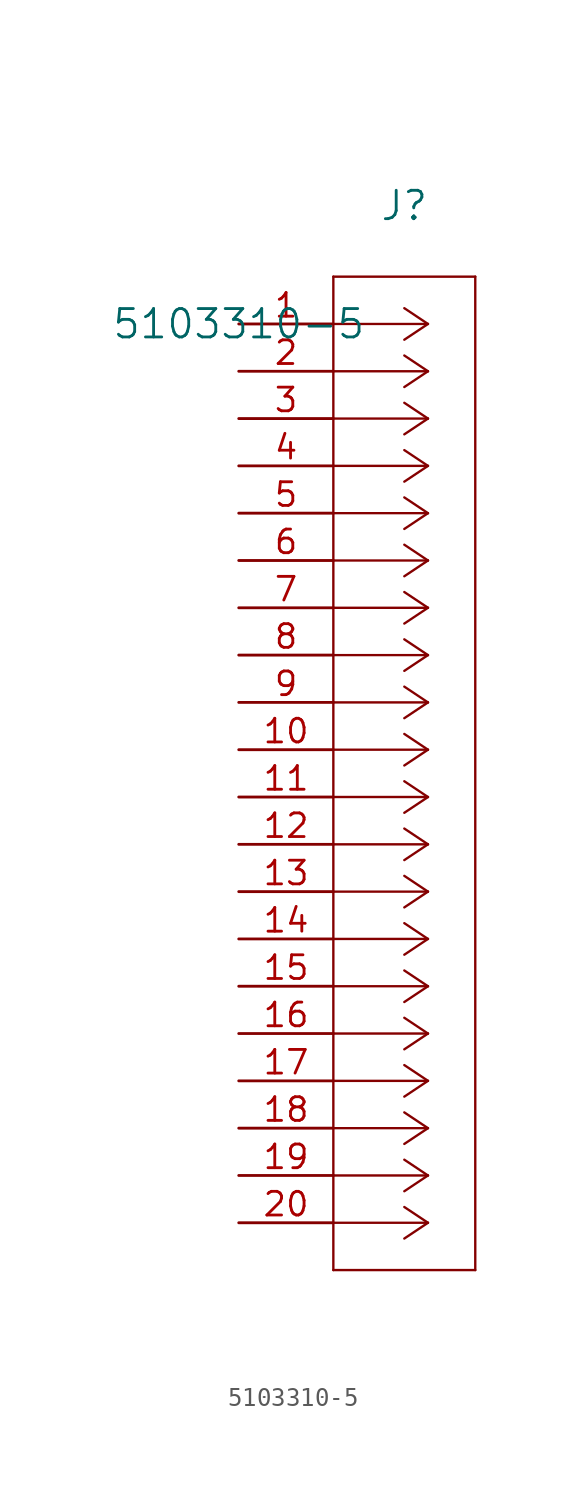
<source format=kicad_sym>
(kicad_symbol_lib
  (version 20220914)
  (generator kicad_symbol_editor)
  (symbol "5103310-5"
    (pin_names
      (offset 0.254))
    (property "Reference" "J"
      (at 8.89 6.35 0)
      (effects (font (size 1.524 1.524))))
    (property "Value" "5103310-5"
      (at 0 0 0)
      (effects (font (size 1.524 1.524))))
    (property "ki_locked" ""
      (at 0 0 0)
      (effects (font (size 1.27 1.27))))
    (symbol "5103310-5_0_1"
      (polyline (pts (xy 5.08 -50.8) (xy 12.7 -50.8)) (stroke (width 0.127) (type default)) (fill (type none)))
      (polyline (pts (xy 5.08 2.54) (xy 5.08 -50.8)) (stroke (width 0.127) (type default)) (fill (type none)))
      (polyline (pts (xy 10.16 -48.26) (xy 5.08 -48.26)) (stroke (width 0.127) (type default)) (fill (type none)))
      (polyline (pts (xy 10.16 -48.26) (xy 8.89 -49.107)) (stroke (width 0.127) (type default)) (fill (type none)))
      (polyline (pts (xy 10.16 -48.26) (xy 8.89 -47.413)) (stroke (width 0.127) (type default)) (fill (type none)))
      (polyline (pts (xy 10.16 -45.72) (xy 5.08 -45.72)) (stroke (width 0.127) (type default)) (fill (type none)))
      (polyline (pts (xy 10.16 -45.72) (xy 8.89 -46.567)) (stroke (width 0.127) (type default)) (fill (type none)))
      (polyline (pts (xy 10.16 -45.72) (xy 8.89 -44.873)) (stroke (width 0.127) (type default)) (fill (type none)))
      (polyline (pts (xy 10.16 -43.18) (xy 5.08 -43.18)) (stroke (width 0.127) (type default)) (fill (type none)))
      (polyline (pts (xy 10.16 -43.18) (xy 8.89 -44.027)) (stroke (width 0.127) (type default)) (fill (type none)))
      (polyline (pts (xy 10.16 -43.18) (xy 8.89 -42.333)) (stroke (width 0.127) (type default)) (fill (type none)))
      (polyline (pts (xy 10.16 -40.64) (xy 5.08 -40.64)) (stroke (width 0.127) (type default)) (fill (type none)))
      (polyline (pts (xy 10.16 -40.64) (xy 8.89 -41.487)) (stroke (width 0.127) (type default)) (fill (type none)))
      (polyline (pts (xy 10.16 -40.64) (xy 8.89 -39.793)) (stroke (width 0.127) (type default)) (fill (type none)))
      (polyline (pts (xy 10.16 -38.1) (xy 5.08 -38.1)) (stroke (width 0.127) (type default)) (fill (type none)))
      (polyline (pts (xy 10.16 -38.1) (xy 8.89 -38.947)) (stroke (width 0.127) (type default)) (fill (type none)))
      (polyline (pts (xy 10.16 -38.1) (xy 8.89 -37.253)) (stroke (width 0.127) (type default)) (fill (type none)))
      (polyline (pts (xy 10.16 -35.56) (xy 5.08 -35.56)) (stroke (width 0.127) (type default)) (fill (type none)))
      (polyline (pts (xy 10.16 -35.56) (xy 8.89 -36.407)) (stroke (width 0.127) (type default)) (fill (type none)))
      (polyline (pts (xy 10.16 -35.56) (xy 8.89 -34.713)) (stroke (width 0.127) (type default)) (fill (type none)))
      (polyline (pts (xy 10.16 -33.02) (xy 5.08 -33.02)) (stroke (width 0.127) (type default)) (fill (type none)))
      (polyline (pts (xy 10.16 -33.02) (xy 8.89 -33.867)) (stroke (width 0.127) (type default)) (fill (type none)))
      (polyline (pts (xy 10.16 -33.02) (xy 8.89 -32.173)) (stroke (width 0.127) (type default)) (fill (type none)))
      (polyline (pts (xy 10.16 -30.48) (xy 5.08 -30.48)) (stroke (width 0.127) (type default)) (fill (type none)))
      (polyline (pts (xy 10.16 -30.48) (xy 8.89 -31.327)) (stroke (width 0.127) (type default)) (fill (type none)))
      (polyline (pts (xy 10.16 -30.48) (xy 8.89 -29.633)) (stroke (width 0.127) (type default)) (fill (type none)))
      (polyline (pts (xy 10.16 -27.94) (xy 5.08 -27.94)) (stroke (width 0.127) (type default)) (fill (type none)))
      (polyline (pts (xy 10.16 -27.94) (xy 8.89 -28.787)) (stroke (width 0.127) (type default)) (fill (type none)))
      (polyline (pts (xy 10.16 -27.94) (xy 8.89 -27.093)) (stroke (width 0.127) (type default)) (fill (type none)))
      (polyline (pts (xy 10.16 -25.4) (xy 5.08 -25.4)) (stroke (width 0.127) (type default)) (fill (type none)))
      (polyline (pts (xy 10.16 -25.4) (xy 8.89 -26.247)) (stroke (width 0.127) (type default)) (fill (type none)))
      (polyline (pts (xy 10.16 -25.4) (xy 8.89 -24.553)) (stroke (width 0.127) (type default)) (fill (type none)))
      (polyline (pts (xy 10.16 -22.86) (xy 5.08 -22.86)) (stroke (width 0.127) (type default)) (fill (type none)))
      (polyline (pts (xy 10.16 -22.86) (xy 8.89 -23.707)) (stroke (width 0.127) (type default)) (fill (type none)))
      (polyline (pts (xy 10.16 -22.86) (xy 8.89 -22.013)) (stroke (width 0.127) (type default)) (fill (type none)))
      (polyline (pts (xy 10.16 -20.32) (xy 5.08 -20.32)) (stroke (width 0.127) (type default)) (fill (type none)))
      (polyline (pts (xy 10.16 -20.32) (xy 8.89 -21.167)) (stroke (width 0.127) (type default)) (fill (type none)))
      (polyline (pts (xy 10.16 -20.32) (xy 8.89 -19.473)) (stroke (width 0.127) (type default)) (fill (type none)))
      (polyline (pts (xy 10.16 -17.78) (xy 5.08 -17.78)) (stroke (width 0.127) (type default)) (fill (type none)))
      (polyline (pts (xy 10.16 -17.78) (xy 8.89 -18.627)) (stroke (width 0.127) (type default)) (fill (type none)))
      (polyline (pts (xy 10.16 -17.78) (xy 8.89 -16.933)) (stroke (width 0.127) (type default)) (fill (type none)))
      (polyline (pts (xy 10.16 -15.24) (xy 5.08 -15.24)) (stroke (width 0.127) (type default)) (fill (type none)))
      (polyline (pts (xy 10.16 -15.24) (xy 8.89 -16.087)) (stroke (width 0.127) (type default)) (fill (type none)))
      (polyline (pts (xy 10.16 -15.24) (xy 8.89 -14.393)) (stroke (width 0.127) (type default)) (fill (type none)))
      (polyline (pts (xy 10.16 -12.7) (xy 5.08 -12.7)) (stroke (width 0.127) (type default)) (fill (type none)))
      (polyline (pts (xy 10.16 -12.7) (xy 8.89 -13.547)) (stroke (width 0.127) (type default)) (fill (type none)))
      (polyline (pts (xy 10.16 -12.7) (xy 8.89 -11.853)) (stroke (width 0.127) (type default)) (fill (type none)))
      (polyline (pts (xy 10.16 -10.16) (xy 5.08 -10.16)) (stroke (width 0.127) (type default)) (fill (type none)))
      (polyline (pts (xy 10.16 -10.16) (xy 8.89 -11.007)) (stroke (width 0.127) (type default)) (fill (type none)))
      (polyline (pts (xy 10.16 -10.16) (xy 8.89 -9.313)) (stroke (width 0.127) (type default)) (fill (type none)))
      (polyline (pts (xy 10.16 -7.62) (xy 5.08 -7.62)) (stroke (width 0.127) (type default)) (fill (type none)))
      (polyline (pts (xy 10.16 -7.62) (xy 8.89 -8.467)) (stroke (width 0.127) (type default)) (fill (type none)))
      (polyline (pts (xy 10.16 -7.62) (xy 8.89 -6.773)) (stroke (width 0.127) (type default)) (fill (type none)))
      (polyline (pts (xy 10.16 -5.08) (xy 5.08 -5.08)) (stroke (width 0.127) (type default)) (fill (type none)))
      (polyline (pts (xy 10.16 -5.08) (xy 8.89 -5.927)) (stroke (width 0.127) (type default)) (fill (type none)))
      (polyline (pts (xy 10.16 -5.08) (xy 8.89 -4.233)) (stroke (width 0.127) (type default)) (fill (type none)))
      (polyline (pts (xy 10.16 -2.54) (xy 5.08 -2.54)) (stroke (width 0.127) (type default)) (fill (type none)))
      (polyline (pts (xy 10.16 -2.54) (xy 8.89 -3.387)) (stroke (width 0.127) (type default)) (fill (type none)))
      (polyline (pts (xy 10.16 -2.54) (xy 8.89 -1.693)) (stroke (width 0.127) (type default)) (fill (type none)))
      (polyline (pts (xy 10.16 0) (xy 5.08 0)) (stroke (width 0.127) (type default)) (fill (type none)))
      (polyline (pts (xy 10.16 0) (xy 8.89 -0.847)) (stroke (width 0.127) (type default)) (fill (type none)))
      (polyline (pts (xy 10.16 0) (xy 8.89 0.847)) (stroke (width 0.127) (type default)) (fill (type none)))
      (polyline (pts (xy 12.7 -50.8) (xy 12.7 2.54)) (stroke (width 0.127) (type default)) (fill (type none)))
      (polyline (pts (xy 12.7 2.54) (xy 5.08 2.54)) (stroke (width 0.127) (type default)) (fill (type none)))
      (pin unspecified line (at 0 0 0) (length 5.08) (name "" (effects (font (size 1.27 1.27)))) (number "1" (effects (font (size 1.27 1.27)))))
      (pin unspecified line (at 0 -22.86 0) (length 5.08) (name "" (effects (font (size 1.27 1.27)))) (number "10" (effects (font (size 1.27 1.27)))))
      (pin unspecified line (at 0 -25.4 0) (length 5.08) (name "" (effects (font (size 1.27 1.27)))) (number "11" (effects (font (size 1.27 1.27)))))
      (pin unspecified line (at 0 -27.94 0) (length 5.08) (name "" (effects (font (size 1.27 1.27)))) (number "12" (effects (font (size 1.27 1.27)))))
      (pin unspecified line (at 0 -30.48 0) (length 5.08) (name "" (effects (font (size 1.27 1.27)))) (number "13" (effects (font (size 1.27 1.27)))))
      (pin unspecified line (at 0 -33.02 0) (length 5.08) (name "" (effects (font (size 1.27 1.27)))) (number "14" (effects (font (size 1.27 1.27)))))
      (pin unspecified line (at 0 -35.56 0) (length 5.08) (name "" (effects (font (size 1.27 1.27)))) (number "15" (effects (font (size 1.27 1.27)))))
      (pin unspecified line (at 0 -38.1 0) (length 5.08) (name "" (effects (font (size 1.27 1.27)))) (number "16" (effects (font (size 1.27 1.27)))))
      (pin unspecified line (at 0 -40.64 0) (length 5.08) (name "" (effects (font (size 1.27 1.27)))) (number "17" (effects (font (size 1.27 1.27)))))
      (pin unspecified line (at 0 -43.18 0) (length 5.08) (name "" (effects (font (size 1.27 1.27)))) (number "18" (effects (font (size 1.27 1.27)))))
      (pin unspecified line (at 0 -45.72 0) (length 5.08) (name "" (effects (font (size 1.27 1.27)))) (number "19" (effects (font (size 1.27 1.27)))))
      (pin unspecified line (at 0 -2.54 0) (length 5.08) (name "" (effects (font (size 1.27 1.27)))) (number "2" (effects (font (size 1.27 1.27)))))
      (pin unspecified line (at 0 -48.26 0) (length 5.08) (name "" (effects (font (size 1.27 1.27)))) (number "20" (effects (font (size 1.27 1.27)))))
      (pin unspecified line (at 0 -5.08 0) (length 5.08) (name "" (effects (font (size 1.27 1.27)))) (number "3" (effects (font (size 1.27 1.27)))))
      (pin unspecified line (at 0 -7.62 0) (length 5.08) (name "" (effects (font (size 1.27 1.27)))) (number "4" (effects (font (size 1.27 1.27)))))
      (pin unspecified line (at 0 -10.16 0) (length 5.08) (name "" (effects (font (size 1.27 1.27)))) (number "5" (effects (font (size 1.27 1.27)))))
      (pin unspecified line (at 0 -12.7 0) (length 5.08) (name "" (effects (font (size 1.27 1.27)))) (number "6" (effects (font (size 1.27 1.27)))))
      (pin unspecified line (at 0 -15.24 0) (length 5.08) (name "" (effects (font (size 1.27 1.27)))) (number "7" (effects (font (size 1.27 1.27)))))
      (pin unspecified line (at 0 -17.78 0) (length 5.08) (name "" (effects (font (size 1.27 1.27)))) (number "8" (effects (font (size 1.27 1.27)))))
      (pin unspecified line (at 0 -20.32 0) (length 5.08) (name "" (effects (font (size 1.27 1.27)))) (number "9" (effects (font (size 1.27 1.27))))))))
</source>
